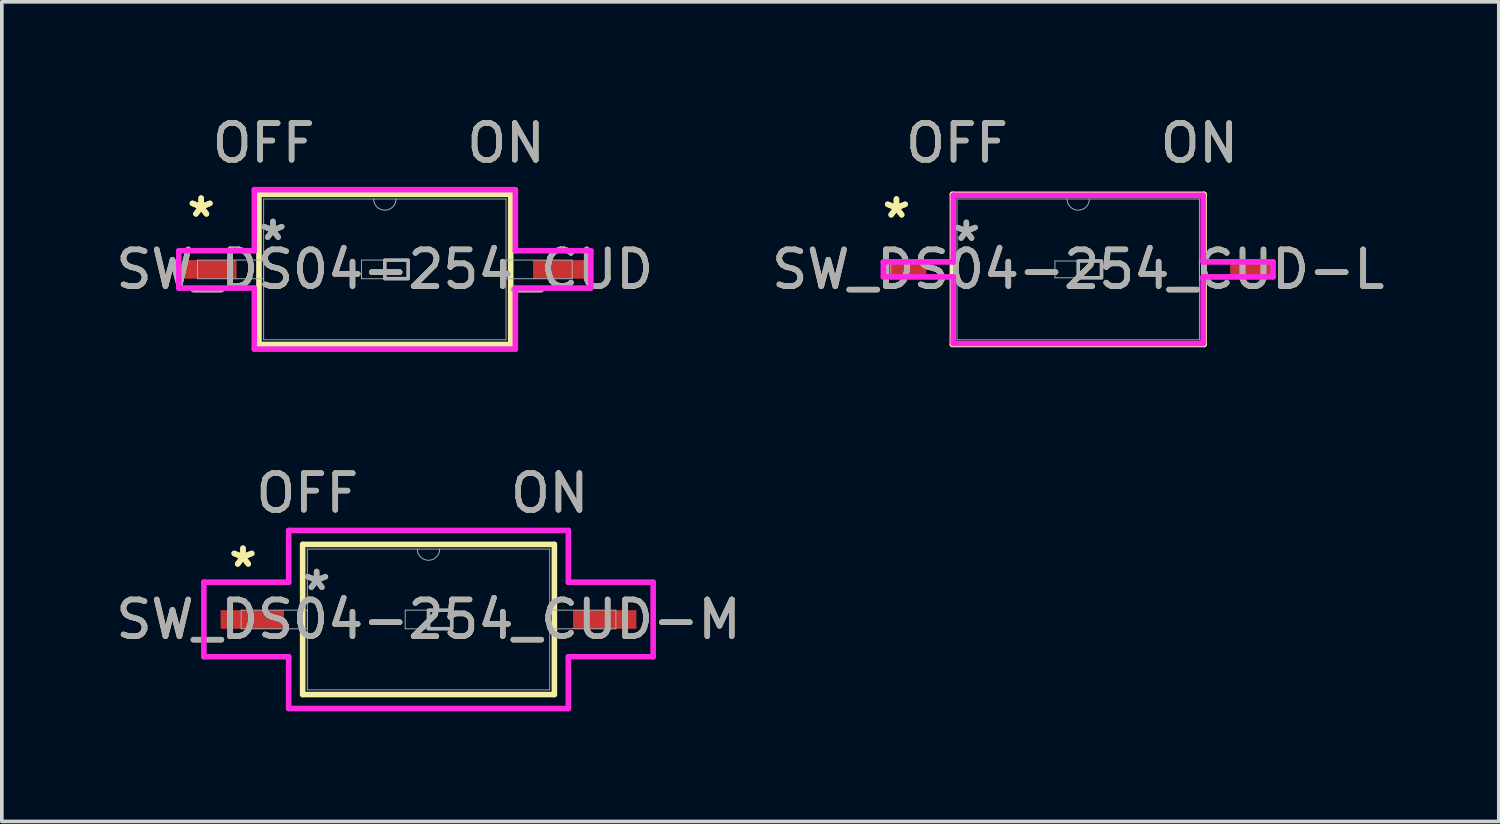
<source format=kicad_pcb>
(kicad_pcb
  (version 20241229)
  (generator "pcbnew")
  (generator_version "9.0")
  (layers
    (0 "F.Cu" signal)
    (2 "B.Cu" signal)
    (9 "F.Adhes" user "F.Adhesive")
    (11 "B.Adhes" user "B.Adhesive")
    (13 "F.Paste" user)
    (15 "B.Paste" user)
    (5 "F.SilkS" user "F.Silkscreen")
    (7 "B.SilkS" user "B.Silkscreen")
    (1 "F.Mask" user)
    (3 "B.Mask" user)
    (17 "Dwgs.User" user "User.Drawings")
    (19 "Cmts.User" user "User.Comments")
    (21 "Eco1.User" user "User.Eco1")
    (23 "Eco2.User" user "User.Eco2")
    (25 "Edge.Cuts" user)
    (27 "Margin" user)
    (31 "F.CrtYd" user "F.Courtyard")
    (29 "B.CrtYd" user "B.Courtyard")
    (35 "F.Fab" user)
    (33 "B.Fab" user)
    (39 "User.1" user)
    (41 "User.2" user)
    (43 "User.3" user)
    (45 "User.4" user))
  (footprint "SW_DS04-254_CUD-L"
    (layer "F.Cu")
    (at 26.327 4.29)
    (property "Reference" "SW_DS04-254_CUD-L" (at 0 0 0) (unlocked yes) (layer "F.SilkS") (effects (font (size 1 1) (thickness 0.15))))
    (attr smd)
    (fp_line (start -3.429 -2.045) (end -3.429 2.045) (stroke (width 0.152) (type solid)) (layer "F.SilkS"))
    (fp_line (start -3.429 2.045) (end 3.429 2.045) (stroke (width 0.152) (type solid)) (layer "F.SilkS"))
    (fp_line (start 3.429 -2.045) (end -3.429 -2.045) (stroke (width 0.152) (type solid)) (layer "F.SilkS"))
    (fp_line (start 3.429 2.045) (end 3.429 -2.045) (stroke (width 0.152) (type solid)) (layer "F.SilkS"))
    (fp_line (start -5.309 -0.203) (end -3.404 -0.203) (stroke (width 0.152) (type solid)) (layer "F.CrtYd"))
    (fp_line (start -5.309 0.203) (end -5.309 -0.203) (stroke (width 0.152) (type solid)) (layer "F.CrtYd"))
    (fp_line (start -3.404 -2.019) (end 3.404 -2.019) (stroke (width 0.152) (type solid)) (layer "F.CrtYd"))
    (fp_line (start -3.404 -0.203) (end -3.404 -2.019) (stroke (width 0.152) (type solid)) (layer "F.CrtYd"))
    (fp_line (start -3.404 0.203) (end -5.309 0.203) (stroke (width 0.152) (type solid)) (layer "F.CrtYd"))
    (fp_line (start -3.404 2.019) (end -3.404 0.203) (stroke (width 0.152) (type solid)) (layer "F.CrtYd"))
    (fp_line (start 3.404 -2.019) (end 3.404 -0.203) (stroke (width 0.152) (type solid)) (layer "F.CrtYd"))
    (fp_line (start 3.404 -0.203) (end 5.309 -0.203) (stroke (width 0.152) (type solid)) (layer "F.CrtYd"))
    (fp_line (start 3.404 0.203) (end 3.404 2.019) (stroke (width 0.152) (type solid)) (layer "F.CrtYd"))
    (fp_line (start 3.404 2.019) (end -3.404 2.019) (stroke (width 0.152) (type solid)) (layer "F.CrtYd"))
    (fp_line (start 5.309 -0.203) (end 5.309 0.203) (stroke (width 0.152) (type solid)) (layer "F.CrtYd"))
    (fp_line (start 5.309 0.203) (end 3.404 0.203) (stroke (width 0.152) (type solid)) (layer "F.CrtYd"))
    (fp_line (start -5.105 -0.254) (end -5.105 0.254) (stroke (width 0.025) (type solid)) (layer "F.Fab"))
    (fp_line (start -5.105 0.254) (end -3.302 0.254) (stroke (width 0.025) (type solid)) (layer "F.Fab"))
    (fp_line (start -3.302 -1.918) (end -3.302 1.918) (stroke (width 0.025) (type solid)) (layer "F.Fab"))
    (fp_line (start -3.302 -0.254) (end -5.105 -0.254) (stroke (width 0.025) (type solid)) (layer "F.Fab"))
    (fp_line (start -3.302 0.254) (end -3.302 -0.254) (stroke (width 0.025) (type solid)) (layer "F.Fab"))
    (fp_line (start -3.302 1.918) (end 3.302 1.918) (stroke (width 0.025) (type solid)) (layer "F.Fab"))
    (fp_line (start -0.635 -0.229) (end 0.635 -0.229) (stroke (width 0.025) (type solid)) (layer "F.Fab"))
    (fp_line (start -0.635 0.229) (end -0.635 -0.229) (stroke (width 0.025) (type solid)) (layer "F.Fab"))
    (fp_line (start 0.635 -0.229) (end 0.635 0.229) (stroke (width 0.025) (type solid)) (layer "F.Fab"))
    (fp_line (start 0.635 0.229) (end -0.635 0.229) (stroke (width 0.025) (type solid)) (layer "F.Fab"))
    (fp_line (start 3.302 -1.918) (end -3.302 -1.918) (stroke (width 0.025) (type solid)) (layer "F.Fab"))
    (fp_line (start 3.302 -0.254) (end 3.302 0.254) (stroke (width 0.025) (type solid)) (layer "F.Fab"))
    (fp_line (start 3.302 0.254) (end 5.105 0.254) (stroke (width 0.025) (type solid)) (layer "F.Fab"))
    (fp_line (start 3.302 1.918) (end 3.302 -1.918) (stroke (width 0.025) (type solid)) (layer "F.Fab"))
    (fp_line (start 5.105 -0.254) (end 3.302 -0.254) (stroke (width 0.025) (type solid)) (layer "F.Fab"))
    (fp_line (start 5.105 0.254) (end 5.105 -0.254) (stroke (width 0.025) (type solid)) (layer "F.Fab"))
    (fp_arc (start 0.3048 -1.9177) (mid 0 -1.6129) (end -0.3048 -1.9177) (stroke (width 0.0254) (type solid)) (layer "F.Fab"))
    (fp_poly (pts (xy 0 -0.229) (xy 0.635 -0.229) (xy 0.635 0.229) (xy 0 0.229)) (stroke (width 0.1) (type solid)) (fill no) (layer "F.Fab"))
    (fp_text user "OFF" (at -3.302 -3.442 0) (unlocked yes) (layer "F.SilkS") (effects (font (size 1 1) (thickness 0.15))))
    (fp_text user "*" (at -4.953 -1.372 0) (unlocked yes) (layer "F.SilkS") (effects (font (size 1 1) (thickness 0.15))))
    (fp_text user "ON" (at 3.302 -3.442 0) (unlocked yes) (layer "F.SilkS") (effects (font (size 1 1) (thickness 0.15))))
    (fp_text user "*" (at -4.953 -1.372 0) (layer "F.SilkS") (effects (font (size 1 1) (thickness 0.15))))
    (fp_text user "ON" (at 3.302 -3.442 0) (unlocked yes) (layer "F.Fab") (effects (font (size 1 1) (thickness 0.15))))
    (fp_text user "*" (at -3.048 -0.737 0) (unlocked yes) (layer "F.Fab") (effects (font (size 1 1) (thickness 0.15))))
    (fp_text user "*" (at -3.048 -0.737 0) (layer "F.Fab") (effects (font (size 1 1) (thickness 0.15))))
    (fp_text user "${REFERENCE}" (at 0 0 0) (unlocked yes) (layer "F.Fab") (effects (font (size 1 1) (thickness 0.15))))
    (fp_text user "OFF" (at -3.302 -3.442 0) (unlocked yes) (layer "F.Fab") (effects (font (size 1 1) (thickness 0.15))))
    (pad "1" smd rect (at -4.699 0) (size 1.118 0.457) (layers "F.Cu" "F.Mask" "F.Paste"))
    (pad "2" smd rect (at 4.699 0) (size 1.118 0.457) (layers "F.Cu" "F.Mask" "F.Paste")))
  (footprint "SW_DS04-254_CUD-M"
    (layer "F.Cu")
    (at 8.625 13.828)
    (property "Reference" "SW_DS04-254_CUD-M" (at 0 0 0) (unlocked yes) (layer "F.SilkS") (effects (font (size 1 1) (thickness 0.15))))
    (attr smd)
    (fp_line (start -3.429 -2.045) (end -3.429 2.045) (stroke (width 0.152) (type solid)) (layer "F.SilkS"))
    (fp_line (start -3.429 2.045) (end 3.429 2.045) (stroke (width 0.152) (type solid)) (layer "F.SilkS"))
    (fp_line (start 3.429 -2.045) (end -3.429 -2.045) (stroke (width 0.152) (type solid)) (layer "F.SilkS"))
    (fp_line (start 3.429 2.045) (end 3.429 -2.045) (stroke (width 0.152) (type solid)) (layer "F.SilkS"))
    (fp_line (start -6.121 -1.016) (end -3.81 -1.016) (stroke (width 0.152) (type solid)) (layer "F.CrtYd"))
    (fp_line (start -6.121 1.016) (end -6.121 -1.016) (stroke (width 0.152) (type solid)) (layer "F.CrtYd"))
    (fp_line (start -3.81 -2.426) (end 3.81 -2.426) (stroke (width 0.152) (type solid)) (layer "F.CrtYd"))
    (fp_line (start -3.81 -1.016) (end -3.81 -2.426) (stroke (width 0.152) (type solid)) (layer "F.CrtYd"))
    (fp_line (start -3.81 1.016) (end -6.121 1.016) (stroke (width 0.152) (type solid)) (layer "F.CrtYd"))
    (fp_line (start -3.81 2.426) (end -3.81 1.016) (stroke (width 0.152) (type solid)) (layer "F.CrtYd"))
    (fp_line (start 3.81 -2.426) (end 3.81 -1.016) (stroke (width 0.152) (type solid)) (layer "F.CrtYd"))
    (fp_line (start 3.81 -1.016) (end 6.121 -1.016) (stroke (width 0.152) (type solid)) (layer "F.CrtYd"))
    (fp_line (start 3.81 1.016) (end 3.81 2.426) (stroke (width 0.152) (type solid)) (layer "F.CrtYd"))
    (fp_line (start 3.81 2.426) (end -3.81 2.426) (stroke (width 0.152) (type solid)) (layer "F.CrtYd"))
    (fp_line (start 6.121 -1.016) (end 6.121 1.016) (stroke (width 0.152) (type solid)) (layer "F.CrtYd"))
    (fp_line (start 6.121 1.016) (end 3.81 1.016) (stroke (width 0.152) (type solid)) (layer "F.CrtYd"))
    (fp_line (start -5.105 -0.254) (end -5.105 0.254) (stroke (width 0.025) (type solid)) (layer "F.Fab"))
    (fp_line (start -5.105 0.254) (end -3.302 0.254) (stroke (width 0.025) (type solid)) (layer "F.Fab"))
    (fp_line (start -3.302 -1.918) (end -3.302 1.918) (stroke (width 0.025) (type solid)) (layer "F.Fab"))
    (fp_line (start -3.302 -0.254) (end -5.105 -0.254) (stroke (width 0.025) (type solid)) (layer "F.Fab"))
    (fp_line (start -3.302 0.254) (end -3.302 -0.254) (stroke (width 0.025) (type solid)) (layer "F.Fab"))
    (fp_line (start -3.302 1.918) (end 3.302 1.918) (stroke (width 0.025) (type solid)) (layer "F.Fab"))
    (fp_line (start -0.635 -0.254) (end 0.635 -0.254) (stroke (width 0.025) (type solid)) (layer "F.Fab"))
    (fp_line (start -0.635 0.254) (end -0.635 -0.254) (stroke (width 0.025) (type solid)) (layer "F.Fab"))
    (fp_line (start 0.635 -0.254) (end 0.635 0.254) (stroke (width 0.025) (type solid)) (layer "F.Fab"))
    (fp_line (start 0.635 0.254) (end -0.635 0.254) (stroke (width 0.025) (type solid)) (layer "F.Fab"))
    (fp_line (start 3.302 -1.918) (end -3.302 -1.918) (stroke (width 0.025) (type solid)) (layer "F.Fab"))
    (fp_line (start 3.302 -0.254) (end 3.302 0.254) (stroke (width 0.025) (type solid)) (layer "F.Fab"))
    (fp_line (start 3.302 0.254) (end 5.105 0.254) (stroke (width 0.025) (type solid)) (layer "F.Fab"))
    (fp_line (start 3.302 1.918) (end 3.302 -1.918) (stroke (width 0.025) (type solid)) (layer "F.Fab"))
    (fp_line (start 5.105 -0.254) (end 3.302 -0.254) (stroke (width 0.025) (type solid)) (layer "F.Fab"))
    (fp_line (start 5.105 0.254) (end 5.105 -0.254) (stroke (width 0.025) (type solid)) (layer "F.Fab"))
    (fp_arc (start 0.3048 -1.9177) (mid 0 -1.6129) (end -0.3048 -1.9177) (stroke (width 0.0254) (type solid)) (layer "F.Fab"))
    (fp_poly (pts (xy 0 -0.254) (xy 0.635 -0.254) (xy 0.635 0.254) (xy 0 0.254)) (stroke (width 0.1) (type solid)) (fill no) (layer "F.Fab"))
    (fp_text user "*" (at -5.055 -1.397 0) (unlocked yes) (layer "F.SilkS") (effects (font (size 1 1) (thickness 0.15))))
    (fp_text user "*" (at -5.055 -1.397 0) (layer "F.SilkS") (effects (font (size 1 1) (thickness 0.15))))
    (fp_text user "ON" (at 3.302 -3.442 0) (unlocked yes) (layer "F.SilkS") (effects (font (size 1 1) (thickness 0.15))))
    (fp_text user "OFF" (at -3.302 -3.442 0) (unlocked yes) (layer "F.SilkS") (effects (font (size 1 1) (thickness 0.15))))
    (fp_text user "*" (at -3.048 -0.762 0) (unlocked yes) (layer "F.Fab") (effects (font (size 1 1) (thickness 0.15))))
    (fp_text user "*" (at -3.048 -0.762 0) (layer "F.Fab") (effects (font (size 1 1) (thickness 0.15))))
    (fp_text user "ON" (at 3.302 -3.442 0) (unlocked yes) (layer "F.Fab") (effects (font (size 1 1) (thickness 0.15))))
    (fp_text user "${REFERENCE}" (at 0 0 0) (unlocked yes) (layer "F.Fab") (effects (font (size 1 1) (thickness 0.15))))
    (fp_text user "OFF" (at -3.302 -3.442 0) (unlocked yes) (layer "F.Fab") (effects (font (size 1 1) (thickness 0.15))))
    (pad "1" smd rect (at -4.801 0) (size 1.727 0.508) (layers "F.Cu" "F.Mask" "F.Paste"))
    (pad "2" smd rect (at 4.801 0) (size 1.727 0.508) (layers "F.Cu" "F.Mask" "F.Paste")))
  (footprint "SW_DS04-254_CUD"
    (layer "F.Cu")
    (at 7.435 4.29)
    (property "Reference" "SW_DS04-254_CUD" (at 0 0 0) (unlocked yes) (layer "F.SilkS") (effects (font (size 1 1) (thickness 0.15))))
    (attr smd)
    (fp_line (start -3.429 -2.045) (end -3.429 2.045) (stroke (width 0.152) (type solid)) (layer "F.SilkS"))
    (fp_line (start -3.429 2.045) (end 3.429 2.045) (stroke (width 0.152) (type solid)) (layer "F.SilkS"))
    (fp_line (start 3.429 -2.045) (end -3.429 -2.045) (stroke (width 0.152) (type solid)) (layer "F.SilkS"))
    (fp_line (start 3.429 2.045) (end 3.429 -2.045) (stroke (width 0.152) (type solid)) (layer "F.SilkS"))
    (fp_line (start -5.613 -0.508) (end -3.556 -0.508) (stroke (width 0.152) (type solid)) (layer "F.CrtYd"))
    (fp_line (start -5.613 0.508) (end -5.613 -0.508) (stroke (width 0.152) (type solid)) (layer "F.CrtYd"))
    (fp_line (start -3.556 -2.172) (end 3.556 -2.172) (stroke (width 0.152) (type solid)) (layer "F.CrtYd"))
    (fp_line (start -3.556 -0.508) (end -3.556 -2.172) (stroke (width 0.152) (type solid)) (layer "F.CrtYd"))
    (fp_line (start -3.556 0.508) (end -5.613 0.508) (stroke (width 0.152) (type solid)) (layer "F.CrtYd"))
    (fp_line (start -3.556 2.172) (end -3.556 0.508) (stroke (width 0.152) (type solid)) (layer "F.CrtYd"))
    (fp_line (start 3.556 -2.172) (end 3.556 -0.508) (stroke (width 0.152) (type solid)) (layer "F.CrtYd"))
    (fp_line (start 3.556 -0.508) (end 5.613 -0.508) (stroke (width 0.152) (type solid)) (layer "F.CrtYd"))
    (fp_line (start 3.556 0.508) (end 3.556 2.172) (stroke (width 0.152) (type solid)) (layer "F.CrtYd"))
    (fp_line (start 3.556 2.172) (end -3.556 2.172) (stroke (width 0.152) (type solid)) (layer "F.CrtYd"))
    (fp_line (start 5.613 -0.508) (end 5.613 0.508) (stroke (width 0.152) (type solid)) (layer "F.CrtYd"))
    (fp_line (start 5.613 0.508) (end 3.556 0.508) (stroke (width 0.152) (type solid)) (layer "F.CrtYd"))
    (fp_line (start -5.105 -0.254) (end -5.105 0.254) (stroke (width 0.025) (type solid)) (layer "F.Fab"))
    (fp_line (start -5.105 0.254) (end -3.302 0.254) (stroke (width 0.025) (type solid)) (layer "F.Fab"))
    (fp_line (start -3.302 -1.918) (end -3.302 1.918) (stroke (width 0.025) (type solid)) (layer "F.Fab"))
    (fp_line (start -3.302 -0.254) (end -5.105 -0.254) (stroke (width 0.025) (type solid)) (layer "F.Fab"))
    (fp_line (start -3.302 0.254) (end -3.302 -0.254) (stroke (width 0.025) (type solid)) (layer "F.Fab"))
    (fp_line (start -3.302 1.918) (end 3.302 1.918) (stroke (width 0.025) (type solid)) (layer "F.Fab"))
    (fp_line (start -0.635 -0.254) (end 0.635 -0.254) (stroke (width 0.025) (type solid)) (layer "F.Fab"))
    (fp_line (start -0.635 0.254) (end -0.635 -0.254) (stroke (width 0.025) (type solid)) (layer "F.Fab"))
    (fp_line (start 0.635 -0.254) (end 0.635 0.254) (stroke (width 0.025) (type solid)) (layer "F.Fab"))
    (fp_line (start 0.635 0.254) (end -0.635 0.254) (stroke (width 0.025) (type solid)) (layer "F.Fab"))
    (fp_line (start 3.302 -1.918) (end -3.302 -1.918) (stroke (width 0.025) (type solid)) (layer "F.Fab"))
    (fp_line (start 3.302 -0.254) (end 3.302 0.254) (stroke (width 0.025) (type solid)) (layer "F.Fab"))
    (fp_line (start 3.302 0.254) (end 5.105 0.254) (stroke (width 0.025) (type solid)) (layer "F.Fab"))
    (fp_line (start 3.302 1.918) (end 3.302 -1.918) (stroke (width 0.025) (type solid)) (layer "F.Fab"))
    (fp_line (start 5.105 -0.254) (end 3.302 -0.254) (stroke (width 0.025) (type solid)) (layer "F.Fab"))
    (fp_line (start 5.105 0.254) (end 5.105 -0.254) (stroke (width 0.025) (type solid)) (layer "F.Fab"))
    (fp_arc (start 0.3048 -1.9177) (mid 0 -1.6129) (end -0.3048 -1.9177) (stroke (width 0.0254) (type solid)) (layer "F.Fab"))
    (fp_poly (pts (xy 0 -0.254) (xy 0.635 -0.254) (xy 0.635 0.254) (xy 0 0.254)) (stroke (width 0.1) (type solid)) (fill no) (layer "F.Fab"))
    (fp_text user "*" (at -5.004 -1.397 0) (layer "F.SilkS") (effects (font (size 1 1) (thickness 0.15))))
    (fp_text user "*" (at -5.004 -1.397 0) (unlocked yes) (layer "F.SilkS") (effects (font (size 1 1) (thickness 0.15))))
    (fp_text user "ON" (at 3.302 -3.442 0) (unlocked yes) (layer "F.SilkS") (effects (font (size 1 1) (thickness 0.15))))
    (fp_text user "OFF" (at -3.302 -3.442 0) (unlocked yes) (layer "F.SilkS") (effects (font (size 1 1) (thickness 0.15))))
    (fp_text user "*" (at -3.048 -0.762 0) (unlocked yes) (layer "F.Fab") (effects (font (size 1 1) (thickness 0.15))))
    (fp_text user "${REFERENCE}" (at 0 0 0) (unlocked yes) (layer "F.Fab") (effects (font (size 1 1) (thickness 0.15))))
    (fp_text user "ON" (at 3.302 -3.442 0) (unlocked yes) (layer "F.Fab") (effects (font (size 1 1) (thickness 0.15))))
    (fp_text user "*" (at -3.048 -0.762 0) (layer "F.Fab") (effects (font (size 1 1) (thickness 0.15))))
    (fp_text user "OFF" (at -3.302 -3.442 0) (unlocked yes) (layer "F.Fab") (effects (font (size 1 1) (thickness 0.15))))
    (pad "1" smd rect (at -4.75 0) (size 1.422 0.508) (layers "F.Cu" "F.Mask" "F.Paste"))
    (pad "2" smd rect (at 4.75 0) (size 1.422 0.508) (layers "F.Cu" "F.Mask" "F.Paste")))
  (gr_rect
    (start -3 -3)
    (end 37.786 19.33)
    (stroke (width 0.1) (type default))
    (fill no)
    (layer "Edge.Cuts")))
</source>
